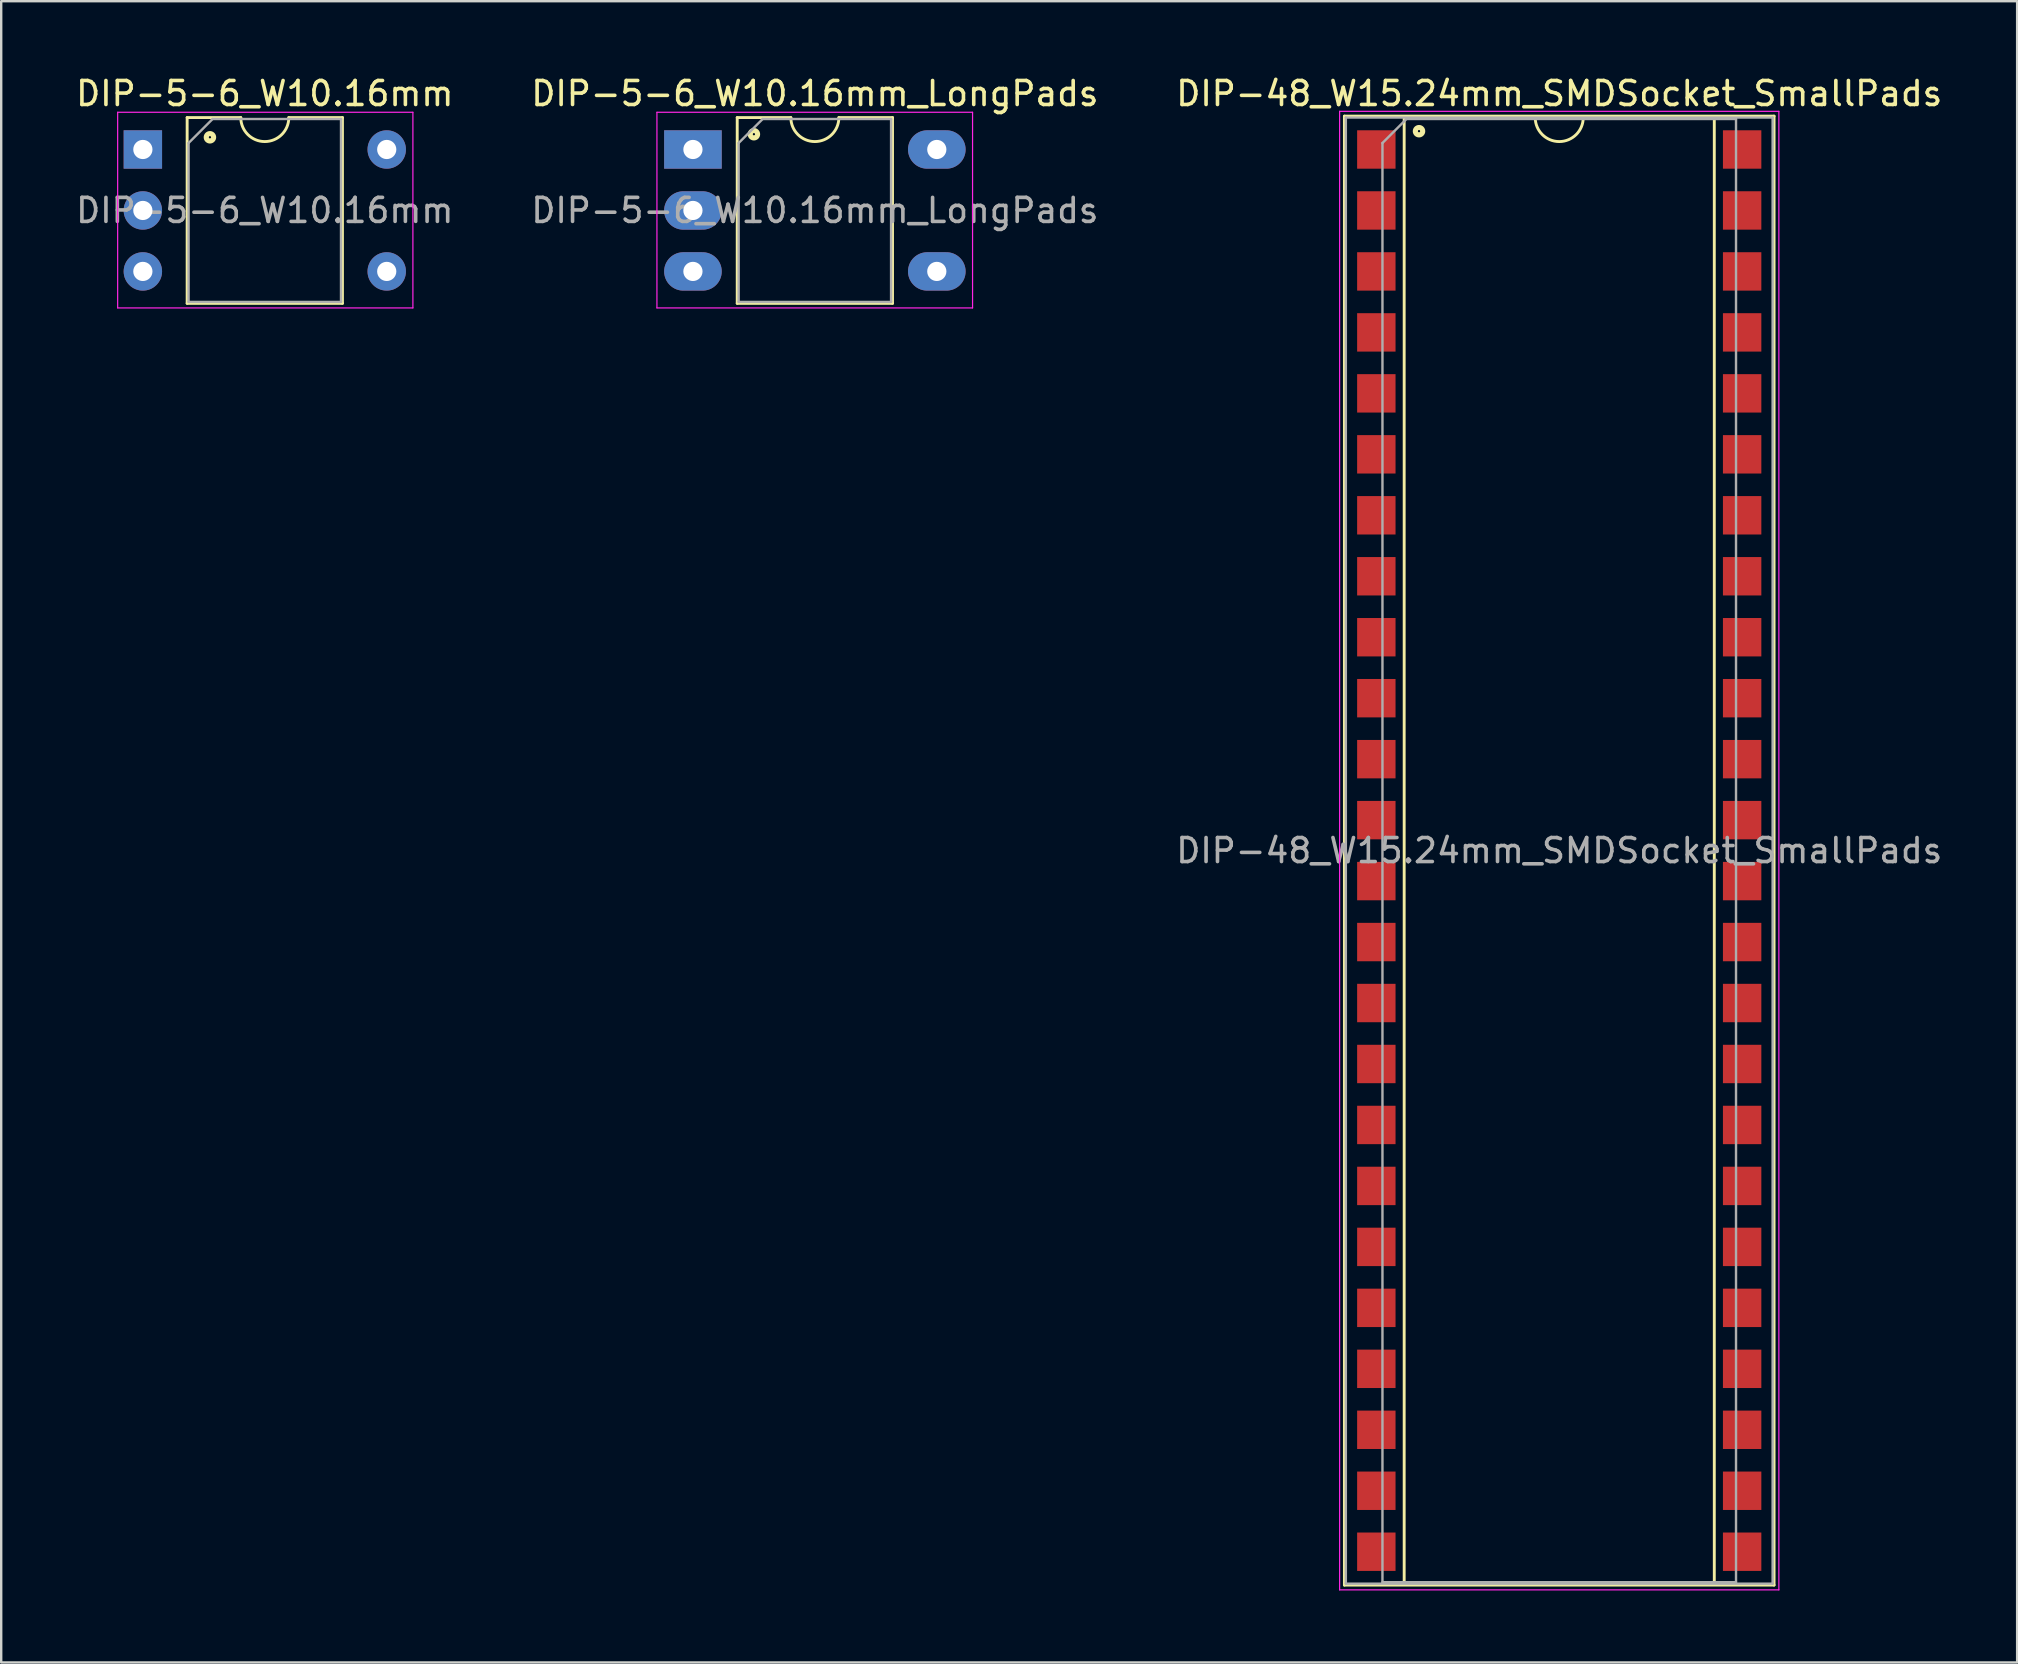
<source format=kicad_pcb>
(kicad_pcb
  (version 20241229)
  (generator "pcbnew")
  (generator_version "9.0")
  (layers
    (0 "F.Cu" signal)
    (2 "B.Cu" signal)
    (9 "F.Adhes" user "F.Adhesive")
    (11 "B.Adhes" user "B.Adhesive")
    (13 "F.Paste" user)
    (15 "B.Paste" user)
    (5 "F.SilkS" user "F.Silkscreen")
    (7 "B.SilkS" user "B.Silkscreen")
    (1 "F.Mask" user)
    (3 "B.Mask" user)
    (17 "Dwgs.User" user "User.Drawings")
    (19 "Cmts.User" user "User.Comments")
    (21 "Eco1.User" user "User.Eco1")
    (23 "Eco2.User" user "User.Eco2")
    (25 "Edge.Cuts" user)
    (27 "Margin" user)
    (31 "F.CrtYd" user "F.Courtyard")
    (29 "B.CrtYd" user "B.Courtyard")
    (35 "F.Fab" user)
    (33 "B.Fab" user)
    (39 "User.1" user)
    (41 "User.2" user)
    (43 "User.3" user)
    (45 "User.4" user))
  (footprint "DIP-48_W15.24mm_SMDSocket_SmallPads"
    (layer "F.Cu")
    (at 61.911 32.388)
    (property "Reference" "DIP-48_W15.24mm_SMDSocket_SmallPads" (at 0 -31.54 0) (layer "F.SilkS") (effects (font (size 1 1) (thickness 0.15))))
    (attr smd)
    (fp_line (start -8.95 -30.6) (end -8.95 30.6) (stroke (width 0.12) (type solid)) (layer "F.SilkS"))
    (fp_line (start -8.95 30.6) (end 8.95 30.6) (stroke (width 0.12) (type solid)) (layer "F.SilkS"))
    (fp_line (start -6.46 -30.54) (end -6.46 30.54) (stroke (width 0.12) (type solid)) (layer "F.SilkS"))
    (fp_line (start -6.46 30.54) (end 6.46 30.54) (stroke (width 0.12) (type solid)) (layer "F.SilkS"))
    (fp_line (start -1 -30.54) (end -6.46 -30.54) (stroke (width 0.12) (type solid)) (layer "F.SilkS"))
    (fp_line (start 6.46 -30.54) (end 1 -30.54) (stroke (width 0.12) (type solid)) (layer "F.SilkS"))
    (fp_line (start 6.46 30.54) (end 6.46 -30.54) (stroke (width 0.12) (type solid)) (layer "F.SilkS"))
    (fp_line (start 8.95 -30.6) (end -8.95 -30.6) (stroke (width 0.12) (type solid)) (layer "F.SilkS"))
    (fp_line (start 8.95 30.6) (end 8.95 -30.6) (stroke (width 0.12) (type solid)) (layer "F.SilkS"))
    (fp_arc (start 1 -30.54) (mid 0 -29.54) (end -1 -30.54) (stroke (width 0.12) (type solid)) (layer "F.SilkS"))
    (fp_circle (center -5.842 -29.972) (end -5.792 -29.972) (stroke (width 0.12) (type solid)) (fill no) (layer "F.SilkS"))
    (fp_circle (center -5.842 -29.972) (end -5.717 -29.972) (stroke (width 0.12) (type solid)) (fill no) (layer "F.SilkS"))
    (fp_circle (center -5.842 -29.972) (end -5.642 -29.972) (stroke (width 0.12) (type solid)) (fill no) (layer "F.SilkS"))
    (fp_line (start -9.15 -30.8) (end -9.15 30.8) (stroke (width 0.05) (type solid)) (layer "F.CrtYd"))
    (fp_line (start -9.15 30.8) (end 9.15 30.8) (stroke (width 0.05) (type solid)) (layer "F.CrtYd"))
    (fp_line (start 9.15 -30.8) (end -9.15 -30.8) (stroke (width 0.05) (type solid)) (layer "F.CrtYd"))
    (fp_line (start 9.15 30.8) (end 9.15 -30.8) (stroke (width 0.05) (type solid)) (layer "F.CrtYd"))
    (fp_line (start -8.89 -30.54) (end -8.89 30.54) (stroke (width 0.1) (type solid)) (layer "F.Fab"))
    (fp_line (start -8.89 30.54) (end 8.89 30.54) (stroke (width 0.1) (type solid)) (layer "F.Fab"))
    (fp_line (start -7.365 -29.48) (end -6.365 -30.48) (stroke (width 0.1) (type solid)) (layer "F.Fab"))
    (fp_line (start -7.365 30.48) (end -7.365 -29.48) (stroke (width 0.1) (type solid)) (layer "F.Fab"))
    (fp_line (start -6.365 -30.48) (end 7.365 -30.48) (stroke (width 0.1) (type solid)) (layer "F.Fab"))
    (fp_line (start 7.365 -30.48) (end 7.365 30.48) (stroke (width 0.1) (type solid)) (layer "F.Fab"))
    (fp_line (start 7.365 30.48) (end -7.365 30.48) (stroke (width 0.1) (type solid)) (layer "F.Fab"))
    (fp_line (start 8.89 -30.54) (end -8.89 -30.54) (stroke (width 0.1) (type solid)) (layer "F.Fab"))
    (fp_line (start 8.89 30.54) (end 8.89 -30.54) (stroke (width 0.1) (type solid)) (layer "F.Fab"))
    (fp_text user "${REFERENCE}" (at 0 0 0) (layer "F.Fab") (effects (font (size 1 1) (thickness 0.15))))
    (pad "1" smd rect (at -7.62 -29.21) (size 1.6 1.6) (layers "F.Cu" "F.Mask" "F.Paste"))
    (pad "2" smd rect (at -7.62 -26.67) (size 1.6 1.6) (layers "F.Cu" "F.Mask" "F.Paste"))
    (pad "3" smd rect (at -7.62 -24.13) (size 1.6 1.6) (layers "F.Cu" "F.Mask" "F.Paste"))
    (pad "4" smd rect (at -7.62 -21.59) (size 1.6 1.6) (layers "F.Cu" "F.Mask" "F.Paste"))
    (pad "5" smd rect (at -7.62 -19.05) (size 1.6 1.6) (layers "F.Cu" "F.Mask" "F.Paste"))
    (pad "6" smd rect (at -7.62 -16.51) (size 1.6 1.6) (layers "F.Cu" "F.Mask" "F.Paste"))
    (pad "7" smd rect (at -7.62 -13.97) (size 1.6 1.6) (layers "F.Cu" "F.Mask" "F.Paste"))
    (pad "8" smd rect (at -7.62 -11.43) (size 1.6 1.6) (layers "F.Cu" "F.Mask" "F.Paste"))
    (pad "9" smd rect (at -7.62 -8.89) (size 1.6 1.6) (layers "F.Cu" "F.Mask" "F.Paste"))
    (pad "10" smd rect (at -7.62 -6.35) (size 1.6 1.6) (layers "F.Cu" "F.Mask" "F.Paste"))
    (pad "11" smd rect (at -7.62 -3.81) (size 1.6 1.6) (layers "F.Cu" "F.Mask" "F.Paste"))
    (pad "12" smd rect (at -7.62 -1.27) (size 1.6 1.6) (layers "F.Cu" "F.Mask" "F.Paste"))
    (pad "13" smd rect (at -7.62 1.27) (size 1.6 1.6) (layers "F.Cu" "F.Mask" "F.Paste"))
    (pad "14" smd rect (at -7.62 3.81) (size 1.6 1.6) (layers "F.Cu" "F.Mask" "F.Paste"))
    (pad "15" smd rect (at -7.62 6.35) (size 1.6 1.6) (layers "F.Cu" "F.Mask" "F.Paste"))
    (pad "16" smd rect (at -7.62 8.89) (size 1.6 1.6) (layers "F.Cu" "F.Mask" "F.Paste"))
    (pad "17" smd rect (at -7.62 11.43) (size 1.6 1.6) (layers "F.Cu" "F.Mask" "F.Paste"))
    (pad "18" smd rect (at -7.62 13.97) (size 1.6 1.6) (layers "F.Cu" "F.Mask" "F.Paste"))
    (pad "19" smd rect (at -7.62 16.51) (size 1.6 1.6) (layers "F.Cu" "F.Mask" "F.Paste"))
    (pad "20" smd rect (at -7.62 19.05) (size 1.6 1.6) (layers "F.Cu" "F.Mask" "F.Paste"))
    (pad "21" smd rect (at -7.62 21.59) (size 1.6 1.6) (layers "F.Cu" "F.Mask" "F.Paste"))
    (pad "22" smd rect (at -7.62 24.13) (size 1.6 1.6) (layers "F.Cu" "F.Mask" "F.Paste"))
    (pad "23" smd rect (at -7.62 26.67) (size 1.6 1.6) (layers "F.Cu" "F.Mask" "F.Paste"))
    (pad "24" smd rect (at -7.62 29.21) (size 1.6 1.6) (layers "F.Cu" "F.Mask" "F.Paste"))
    (pad "25" smd rect (at 7.62 29.21) (size 1.6 1.6) (layers "F.Cu" "F.Mask" "F.Paste"))
    (pad "26" smd rect (at 7.62 26.67) (size 1.6 1.6) (layers "F.Cu" "F.Mask" "F.Paste"))
    (pad "27" smd rect (at 7.62 24.13) (size 1.6 1.6) (layers "F.Cu" "F.Mask" "F.Paste"))
    (pad "28" smd rect (at 7.62 21.59) (size 1.6 1.6) (layers "F.Cu" "F.Mask" "F.Paste"))
    (pad "29" smd rect (at 7.62 19.05) (size 1.6 1.6) (layers "F.Cu" "F.Mask" "F.Paste"))
    (pad "30" smd rect (at 7.62 16.51) (size 1.6 1.6) (layers "F.Cu" "F.Mask" "F.Paste"))
    (pad "31" smd rect (at 7.62 13.97) (size 1.6 1.6) (layers "F.Cu" "F.Mask" "F.Paste"))
    (pad "32" smd rect (at 7.62 11.43) (size 1.6 1.6) (layers "F.Cu" "F.Mask" "F.Paste"))
    (pad "33" smd rect (at 7.62 8.89) (size 1.6 1.6) (layers "F.Cu" "F.Mask" "F.Paste"))
    (pad "34" smd rect (at 7.62 6.35) (size 1.6 1.6) (layers "F.Cu" "F.Mask" "F.Paste"))
    (pad "35" smd rect (at 7.62 3.81) (size 1.6 1.6) (layers "F.Cu" "F.Mask" "F.Paste"))
    (pad "36" smd rect (at 7.62 1.27) (size 1.6 1.6) (layers "F.Cu" "F.Mask" "F.Paste"))
    (pad "37" smd rect (at 7.62 -1.27) (size 1.6 1.6) (layers "F.Cu" "F.Mask" "F.Paste"))
    (pad "38" smd rect (at 7.62 -3.81) (size 1.6 1.6) (layers "F.Cu" "F.Mask" "F.Paste"))
    (pad "39" smd rect (at 7.62 -6.35) (size 1.6 1.6) (layers "F.Cu" "F.Mask" "F.Paste"))
    (pad "40" smd rect (at 7.62 -8.89) (size 1.6 1.6) (layers "F.Cu" "F.Mask" "F.Paste"))
    (pad "41" smd rect (at 7.62 -11.43) (size 1.6 1.6) (layers "F.Cu" "F.Mask" "F.Paste"))
    (pad "42" smd rect (at 7.62 -13.97) (size 1.6 1.6) (layers "F.Cu" "F.Mask" "F.Paste"))
    (pad "43" smd rect (at 7.62 -16.51) (size 1.6 1.6) (layers "F.Cu" "F.Mask" "F.Paste"))
    (pad "44" smd rect (at 7.62 -19.05) (size 1.6 1.6) (layers "F.Cu" "F.Mask" "F.Paste"))
    (pad "45" smd rect (at 7.62 -21.59) (size 1.6 1.6) (layers "F.Cu" "F.Mask" "F.Paste"))
    (pad "46" smd rect (at 7.62 -24.13) (size 1.6 1.6) (layers "F.Cu" "F.Mask" "F.Paste"))
    (pad "47" smd rect (at 7.62 -26.67) (size 1.6 1.6) (layers "F.Cu" "F.Mask" "F.Paste"))
    (pad "48" smd rect (at 7.62 -29.21) (size 1.6 1.6) (layers "F.Cu" "F.Mask" "F.Paste")))
  (footprint "DIP-5-6_W10.16mm"
    (layer "F.Cu")
    (at 2.902 3.178)
    (property "Reference" "DIP-5-6_W10.16mm" (at 5.08 -2.33 0) (layer "F.SilkS") (effects (font (size 1 1) (thickness 0.15))))
    (attr through_hole)
    (fp_line (start 1.845 -1.33) (end 1.845 6.41) (stroke (width 0.12) (type solid)) (layer "F.SilkS"))
    (fp_line (start 1.845 6.41) (end 8.315 6.41) (stroke (width 0.12) (type solid)) (layer "F.SilkS"))
    (fp_line (start 4.08 -1.33) (end 1.845 -1.33) (stroke (width 0.12) (type solid)) (layer "F.SilkS"))
    (fp_line (start 8.315 -1.33) (end 6.08 -1.33) (stroke (width 0.12) (type solid)) (layer "F.SilkS"))
    (fp_line (start 8.315 6.41) (end 8.315 -1.33) (stroke (width 0.12) (type solid)) (layer "F.SilkS"))
    (fp_arc (start 6.08 -1.33) (mid 5.08 -0.33) (end 4.08 -1.33) (stroke (width 0.12) (type solid)) (layer "F.SilkS"))
    (fp_circle (center 2.794 -0.508) (end 2.844 -0.508) (stroke (width 0.12) (type solid)) (fill no) (layer "F.SilkS"))
    (fp_circle (center 2.794 -0.508) (end 2.919 -0.508) (stroke (width 0.12) (type solid)) (fill no) (layer "F.SilkS"))
    (fp_circle (center 2.794 -0.508) (end 2.994 -0.508) (stroke (width 0.12) (type solid)) (fill no) (layer "F.SilkS"))
    (fp_line (start -1.05 -1.55) (end -1.05 6.6) (stroke (width 0.05) (type solid)) (layer "F.CrtYd"))
    (fp_line (start -1.05 6.6) (end 11.25 6.6) (stroke (width 0.05) (type solid)) (layer "F.CrtYd"))
    (fp_line (start 11.25 -1.55) (end -1.05 -1.55) (stroke (width 0.05) (type solid)) (layer "F.CrtYd"))
    (fp_line (start 11.25 6.6) (end 11.25 -1.55) (stroke (width 0.05) (type solid)) (layer "F.CrtYd"))
    (fp_line (start 1.905 -0.27) (end 2.905 -1.27) (stroke (width 0.1) (type solid)) (layer "F.Fab"))
    (fp_line (start 1.905 6.35) (end 1.905 -0.27) (stroke (width 0.1) (type solid)) (layer "F.Fab"))
    (fp_line (start 2.905 -1.27) (end 8.255 -1.27) (stroke (width 0.1) (type solid)) (layer "F.Fab"))
    (fp_line (start 8.255 -1.27) (end 8.255 6.35) (stroke (width 0.1) (type solid)) (layer "F.Fab"))
    (fp_line (start 8.255 6.35) (end 1.905 6.35) (stroke (width 0.1) (type solid)) (layer "F.Fab"))
    (fp_text user "${REFERENCE}" (at 5.08 2.54 0) (layer "F.Fab") (effects (font (size 1 1) (thickness 0.15))))
    (pad "1" thru_hole rect (at 0 0) (size 1.6 1.6) (drill 0.8) (layers "*.Cu" "*.Mask"))
    (pad "2" thru_hole oval (at 0 2.54) (size 1.6 1.6) (drill 0.8) (layers "*.Cu" "*.Mask"))
    (pad "3" thru_hole oval (at 0 5.08) (size 1.6 1.6) (drill 0.8) (layers "*.Cu" "*.Mask"))
    (pad "4" thru_hole oval (at 10.16 5.08) (size 1.6 1.6) (drill 0.8) (layers "*.Cu" "*.Mask"))
    (pad "6" thru_hole oval (at 10.16 0) (size 1.6 1.6) (drill 0.8) (layers "*.Cu" "*.Mask")))
  (footprint "DIP-5-6_W10.16mm_LongPads"
    (layer "F.Cu")
    (at 25.819 3.178)
    (property "Reference" "DIP-5-6_W10.16mm_LongPads" (at 5.08 -2.33 0) (layer "F.SilkS") (effects (font (size 1 1) (thickness 0.15))))
    (attr through_hole)
    (fp_line (start 1.845 -1.33) (end 1.845 6.41) (stroke (width 0.12) (type solid)) (layer "F.SilkS"))
    (fp_line (start 1.845 6.41) (end 8.315 6.41) (stroke (width 0.12) (type solid)) (layer "F.SilkS"))
    (fp_line (start 4.08 -1.33) (end 1.845 -1.33) (stroke (width 0.12) (type solid)) (layer "F.SilkS"))
    (fp_line (start 8.315 -1.33) (end 6.08 -1.33) (stroke (width 0.12) (type solid)) (layer "F.SilkS"))
    (fp_line (start 8.315 6.41) (end 8.315 -1.33) (stroke (width 0.12) (type solid)) (layer "F.SilkS"))
    (fp_arc (start 6.08 -1.33) (mid 5.08 -0.33) (end 4.08 -1.33) (stroke (width 0.12) (type solid)) (layer "F.SilkS"))
    (fp_circle (center 2.54 -0.635) (end 2.59 -0.635) (stroke (width 0.12) (type solid)) (fill no) (layer "F.SilkS"))
    (fp_circle (center 2.54 -0.635) (end 2.665 -0.635) (stroke (width 0.12) (type solid)) (fill no) (layer "F.SilkS"))
    (fp_circle (center 2.54 -0.635) (end 2.74 -0.635) (stroke (width 0.12) (type solid)) (fill no) (layer "F.SilkS"))
    (fp_line (start -1.5 -1.55) (end -1.5 6.6) (stroke (width 0.05) (type solid)) (layer "F.CrtYd"))
    (fp_line (start -1.5 6.6) (end 11.65 6.6) (stroke (width 0.05) (type solid)) (layer "F.CrtYd"))
    (fp_line (start 11.65 -1.55) (end -1.5 -1.55) (stroke (width 0.05) (type solid)) (layer "F.CrtYd"))
    (fp_line (start 11.65 6.6) (end 11.65 -1.55) (stroke (width 0.05) (type solid)) (layer "F.CrtYd"))
    (fp_line (start 1.905 -0.27) (end 2.905 -1.27) (stroke (width 0.1) (type solid)) (layer "F.Fab"))
    (fp_line (start 1.905 6.35) (end 1.905 -0.27) (stroke (width 0.1) (type solid)) (layer "F.Fab"))
    (fp_line (start 2.905 -1.27) (end 8.255 -1.27) (stroke (width 0.1) (type solid)) (layer "F.Fab"))
    (fp_line (start 8.255 -1.27) (end 8.255 6.35) (stroke (width 0.1) (type solid)) (layer "F.Fab"))
    (fp_line (start 8.255 6.35) (end 1.905 6.35) (stroke (width 0.1) (type solid)) (layer "F.Fab"))
    (fp_text user "${REFERENCE}" (at 5.08 2.54 0) (layer "F.Fab") (effects (font (size 1 1) (thickness 0.15))))
    (pad "1" thru_hole rect (at 0 0) (size 2.4 1.6) (drill 0.8) (layers "*.Cu" "*.Mask"))
    (pad "2" thru_hole oval (at 0 2.54) (size 2.4 1.6) (drill 0.8) (layers "*.Cu" "*.Mask"))
    (pad "3" thru_hole oval (at 0 5.08) (size 2.4 1.6) (drill 0.8) (layers "*.Cu" "*.Mask"))
    (pad "4" thru_hole oval (at 10.16 5.08) (size 2.4 1.6) (drill 0.8) (layers "*.Cu" "*.Mask"))
    (pad "6" thru_hole oval (at 10.16 0) (size 2.4 1.6) (drill 0.8) (layers "*.Cu" "*.Mask")))
  (gr_rect
    (start -3 -3)
    (end 80.988 66.213)
    (stroke (width 0.1) (type default))
    (fill no)
    (layer "Edge.Cuts")))
</source>
